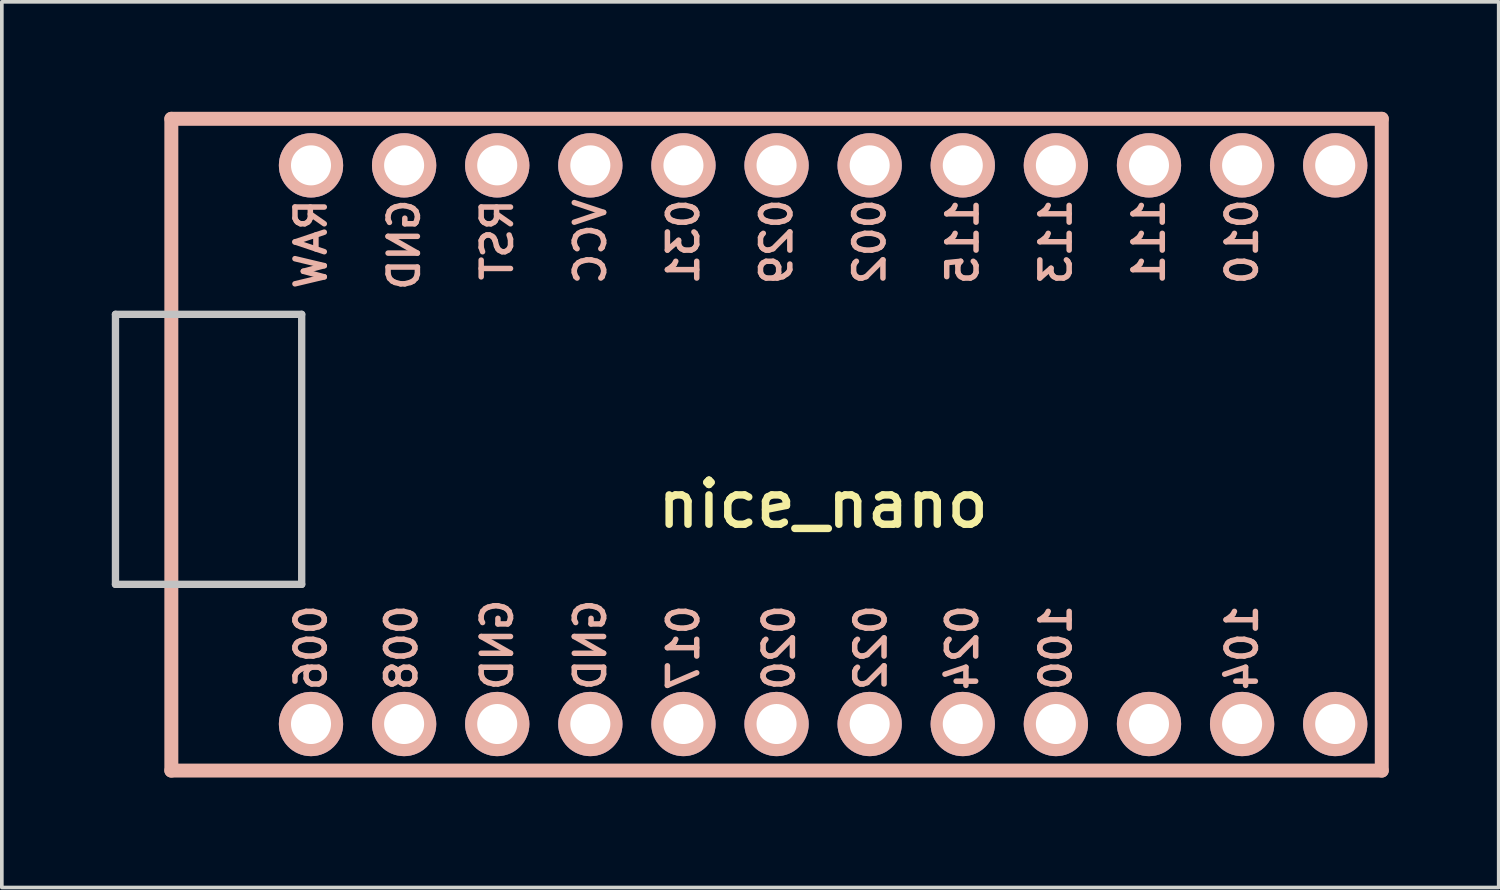
<source format=kicad_pcb>
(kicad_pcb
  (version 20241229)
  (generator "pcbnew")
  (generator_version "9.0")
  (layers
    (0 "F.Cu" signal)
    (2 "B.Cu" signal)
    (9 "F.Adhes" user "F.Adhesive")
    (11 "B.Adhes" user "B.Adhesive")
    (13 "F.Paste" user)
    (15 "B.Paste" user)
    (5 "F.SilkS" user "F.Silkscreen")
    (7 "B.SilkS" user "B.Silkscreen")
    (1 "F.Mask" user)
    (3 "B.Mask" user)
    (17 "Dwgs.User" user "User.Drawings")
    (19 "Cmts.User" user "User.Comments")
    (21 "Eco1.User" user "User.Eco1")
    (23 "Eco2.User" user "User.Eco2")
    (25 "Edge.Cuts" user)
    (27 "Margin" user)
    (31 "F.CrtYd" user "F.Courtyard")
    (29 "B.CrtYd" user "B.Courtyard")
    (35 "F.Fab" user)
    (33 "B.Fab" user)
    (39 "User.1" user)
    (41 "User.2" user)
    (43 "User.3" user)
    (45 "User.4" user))
  (footprint "nice_nano"
    (layer "F.Cu")
    (at 19.404 9.081)
    (property "Reference" "nice_nano" (at 0 1.625 0) (layer "F.SilkS") (effects (font (size 1.2 1.2) (thickness 0.203))))
    (attr through_hole)
    (fp_line (start -17.78 -8.89) (end -17.78 8.89) (stroke (width 0.381) (type solid)) (layer "B.SilkS"))
    (fp_line (start -17.78 8.89) (end 15.24 8.89) (stroke (width 0.381) (type solid)) (layer "B.SilkS"))
    (fp_line (start 15.24 -8.89) (end -17.78 -8.89) (stroke (width 0.381) (type solid)) (layer "B.SilkS"))
    (fp_line (start 15.24 8.89) (end 15.24 -8.89) (stroke (width 0.381) (type solid)) (layer "B.SilkS"))
    (fp_line (start -19.304 -3.556) (end -14.224 -3.556) (stroke (width 0.2) (type solid)) (layer "Dwgs.User"))
    (fp_line (start -19.304 3.81) (end -19.304 -3.556) (stroke (width 0.2) (type solid)) (layer "Dwgs.User"))
    (fp_line (start -14.224 -3.556) (end -14.224 3.81) (stroke (width 0.2) (type solid)) (layer "Dwgs.User"))
    (fp_line (start -14.224 3.81) (end -19.304 3.81) (stroke (width 0.2) (type solid)) (layer "Dwgs.User"))
    (fp_text user "031" (at -3.81 -5.537 90) (layer "B.SilkS") (effects (font (size 0.8 0.8) (thickness 0.15)) (justify mirror)))
    (fp_text user "GND" (at -11.43 -5.455 90) (layer "B.SilkS") (effects (font (size 0.8 0.8) (thickness 0.15)) (justify mirror)))
    (fp_text user "008" (at -11.5 5.537 90) (layer "B.SilkS") (effects (font (size 0.8 0.8) (thickness 0.15)) (justify mirror)))
    (fp_text user "002" (at 1.27 -5.537 90) (layer "B.SilkS") (effects (font (size 0.8 0.8) (thickness 0.15)) (justify mirror)))
    (fp_text user "111" (at 8.89 -5.537 90) (layer "B.SilkS") (effects (font (size 0.8 0.8) (thickness 0.15)) (justify mirror)))
    (fp_text user "010" (at 11.43 -5.537 90) (layer "B.SilkS") (effects (font (size 0.8 0.8) (thickness 0.15)) (justify mirror)))
    (fp_text user "GND" (at -6.35 5.461 90) (layer "B.SilkS") (effects (font (size 0.8 0.8) (thickness 0.15)) (justify mirror)))
    (fp_text user "022" (at 1.3 5.537 90) (layer "B.SilkS") (effects (font (size 0.8 0.8) (thickness 0.15)) (justify mirror)))
    (fp_text user "104" (at 11.43 5.537 90) (layer "B.SilkS") (effects (font (size 0.8 0.8) (thickness 0.15)) (justify mirror)))
    (fp_text user "115" (at 3.81 -5.537 90) (layer "B.SilkS") (effects (font (size 0.8 0.8) (thickness 0.15)) (justify mirror)))
    (fp_text user "RAW" (at -13.97 -5.474 90) (layer "B.SilkS") (effects (font (size 0.8 0.8) (thickness 0.15)) (justify mirror)))
    (fp_text user "029" (at -1.27 -5.537 90) (layer "B.SilkS") (effects (font (size 0.8 0.8) (thickness 0.15)) (justify mirror)))
    (fp_text user "113" (at 6.35 -5.537 90) (layer "B.SilkS") (effects (font (size 0.8 0.8) (thickness 0.15)) (justify mirror)))
    (fp_text user "020" (at -1.2 5.537 90) (layer "B.SilkS") (effects (font (size 0.8 0.8) (thickness 0.15)) (justify mirror)))
    (fp_text user "017" (at -3.81 5.537 90) (layer "B.SilkS") (effects (font (size 0.8 0.8) (thickness 0.15)) (justify mirror)))
    (fp_text user "024" (at 3.8 5.537 90) (layer "B.SilkS") (effects (font (size 0.8 0.8) (thickness 0.15)) (justify mirror)))
    (fp_text user "100" (at 6.35 5.537 90) (layer "B.SilkS") (effects (font (size 0.8 0.8) (thickness 0.15)) (justify mirror)))
    (fp_text user "VCC" (at -6.35 -5.537 90) (layer "B.SilkS") (effects (font (size 0.8 0.8) (thickness 0.15)) (justify mirror)))
    (fp_text user "GND" (at -8.89 5.461 90) (layer "B.SilkS") (effects (font (size 0.8 0.8) (thickness 0.15)) (justify mirror)))
    (fp_text user "RST" (at -8.89 -5.588 90) (layer "B.SilkS") (effects (font (size 0.8 0.8) (thickness 0.15)) (justify mirror)))
    (fp_text user "006" (at -13.97 5.537 90) (layer "B.SilkS") (effects (font (size 0.8 0.8) (thickness 0.15)) (justify mirror)))
    (pad "1" thru_hole circle (at -13.97 7.62) (size 1.753 1.753) (drill 1.092) (layers "*.Cu" "*.Mask" "B.SilkS"))
    (pad "2" thru_hole circle (at -11.43 7.62) (size 1.753 1.753) (drill 1.092) (layers "*.Cu" "*.Mask" "B.SilkS"))
    (pad "3" thru_hole circle (at -8.89 7.62) (size 1.753 1.753) (drill 1.092) (layers "*.Cu" "*.Mask" "B.SilkS"))
    (pad "4" thru_hole circle (at -6.35 7.62) (size 1.753 1.753) (drill 1.092) (layers "*.Cu" "*.Mask" "B.SilkS"))
    (pad "5" thru_hole circle (at -3.81 7.62) (size 1.753 1.753) (drill 1.092) (layers "*.Cu" "*.Mask" "B.SilkS"))
    (pad "6" thru_hole circle (at -1.27 7.62) (size 1.753 1.753) (drill 1.092) (layers "*.Cu" "*.Mask" "B.SilkS"))
    (pad "7" thru_hole circle (at 1.27 7.62) (size 1.753 1.753) (drill 1.092) (layers "*.Cu" "*.Mask" "B.SilkS"))
    (pad "8" thru_hole circle (at 3.81 7.62) (size 1.753 1.753) (drill 1.092) (layers "*.Cu" "*.Mask" "B.SilkS"))
    (pad "9" thru_hole circle (at 6.35 7.62) (size 1.753 1.753) (drill 1.092) (layers "*.Cu" "*.Mask" "B.SilkS"))
    (pad "10" thru_hole circle (at 8.89 7.62) (size 1.753 1.753) (drill 1.092) (layers "*.Cu" "*.Mask" "B.SilkS"))
    (pad "11" thru_hole circle (at 11.43 7.62) (size 1.753 1.753) (drill 1.092) (layers "*.Cu" "*.Mask" "B.SilkS"))
    (pad "12" thru_hole circle (at 13.97 7.62) (size 1.753 1.753) (drill 1.092) (layers "*.Cu" "*.Mask" "B.SilkS"))
    (pad "13" thru_hole circle (at 13.97 -7.62) (size 1.753 1.753) (drill 1.092) (layers "*.Cu" "*.Mask" "B.SilkS"))
    (pad "14" thru_hole circle (at 11.43 -7.62) (size 1.753 1.753) (drill 1.092) (layers "*.Cu" "*.Mask" "B.SilkS"))
    (pad "15" thru_hole circle (at 8.89 -7.62) (size 1.753 1.753) (drill 1.092) (layers "*.Cu" "*.Mask" "B.SilkS"))
    (pad "16" thru_hole circle (at 6.35 -7.62) (size 1.753 1.753) (drill 1.092) (layers "*.Cu" "*.Mask" "B.SilkS"))
    (pad "17" thru_hole circle (at 3.81 -7.62) (size 1.753 1.753) (drill 1.092) (layers "*.Cu" "*.Mask" "B.SilkS"))
    (pad "18" thru_hole circle (at 1.27 -7.62) (size 1.753 1.753) (drill 1.092) (layers "*.Cu" "*.Mask" "B.SilkS"))
    (pad "19" thru_hole circle (at -1.27 -7.62) (size 1.753 1.753) (drill 1.092) (layers "*.Cu" "*.Mask" "B.SilkS"))
    (pad "20" thru_hole circle (at -3.81 -7.62) (size 1.753 1.753) (drill 1.092) (layers "*.Cu" "*.Mask" "B.SilkS"))
    (pad "21" thru_hole circle (at -6.35 -7.62) (size 1.753 1.753) (drill 1.092) (layers "*.Cu" "*.Mask" "B.SilkS"))
    (pad "22" thru_hole circle (at -8.89 -7.62) (size 1.753 1.753) (drill 1.092) (layers "*.Cu" "*.Mask" "B.SilkS"))
    (pad "23" thru_hole circle (at -11.43 -7.62) (size 1.753 1.753) (drill 1.092) (layers "*.Cu" "*.Mask" "B.SilkS"))
    (pad "24" thru_hole circle (at -13.97 -7.62) (size 1.753 1.753) (drill 1.092) (layers "*.Cu" "*.Mask" "B.SilkS")))
  (gr_rect
    (start -3 -3)
    (end 37.834 21.161)
    (stroke (width 0.1) (type default))
    (fill no)
    (layer "Edge.Cuts")))
</source>
